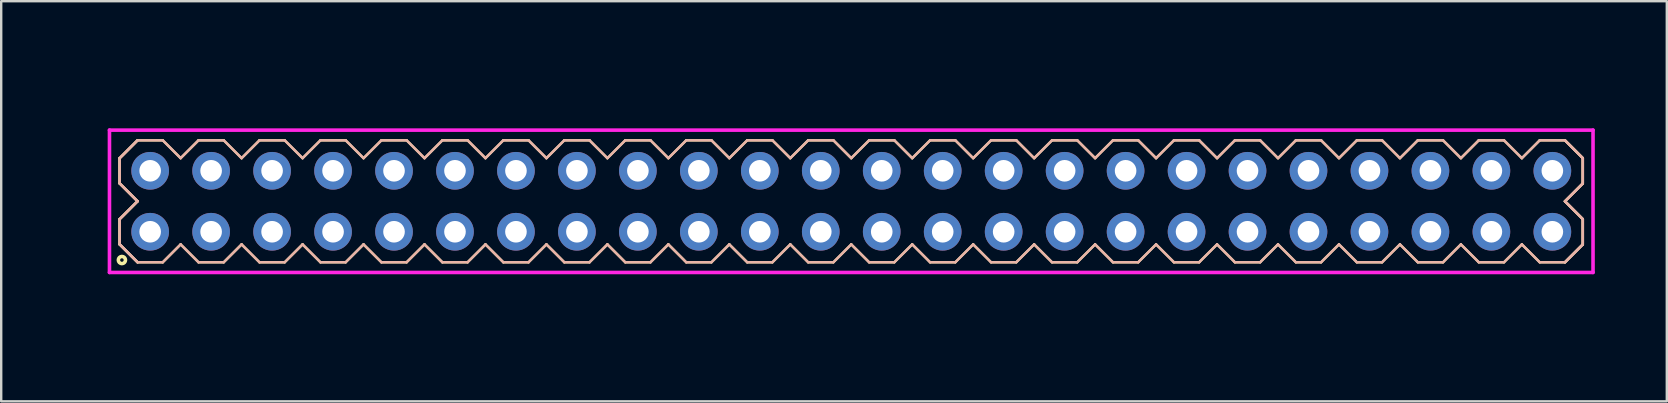
<source format=kicad_pcb>
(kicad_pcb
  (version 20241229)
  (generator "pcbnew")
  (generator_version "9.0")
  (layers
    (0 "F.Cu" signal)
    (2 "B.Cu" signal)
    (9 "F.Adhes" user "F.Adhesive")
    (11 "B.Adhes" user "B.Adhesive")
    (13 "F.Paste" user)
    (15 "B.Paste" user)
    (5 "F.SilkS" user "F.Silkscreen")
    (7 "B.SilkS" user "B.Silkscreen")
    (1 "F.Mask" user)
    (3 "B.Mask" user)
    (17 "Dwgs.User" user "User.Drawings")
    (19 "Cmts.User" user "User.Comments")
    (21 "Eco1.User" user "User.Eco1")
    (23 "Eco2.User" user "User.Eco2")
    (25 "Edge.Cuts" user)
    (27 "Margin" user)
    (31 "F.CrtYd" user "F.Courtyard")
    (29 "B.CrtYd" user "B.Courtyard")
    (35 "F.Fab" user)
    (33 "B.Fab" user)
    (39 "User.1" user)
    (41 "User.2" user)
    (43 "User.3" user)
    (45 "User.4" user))
  (footprint "HDR254P24x2"
    (layer "F.Cu")
    (at 32.416 5.336)
    (property "Reference" "HDR254P24x2" (at -31.655 0 90) (layer "User.1") (effects (font (size 1 1) (thickness 0.1))))
    (attr through_hole)
    (fp_line (start -30.48 -1.796) (end -29.736 -2.54) (stroke (width 0.1) (type solid)) (layer "F.SilkS"))
    (fp_line (start -30.48 -1.796) (end -29.736 -2.54) (stroke (width 0.1) (type solid)) (layer "F.SilkS"))
    (fp_line (start -30.48 -0.744) (end -30.48 -1.796) (stroke (width 0.1) (type solid)) (layer "F.SilkS"))
    (fp_line (start -30.48 -0.744) (end -30.48 -1.796) (stroke (width 0.1) (type solid)) (layer "F.SilkS"))
    (fp_line (start -30.48 0.744) (end -29.736 0) (stroke (width 0.1) (type solid)) (layer "F.SilkS"))
    (fp_line (start -30.48 0.744) (end -29.736 0) (stroke (width 0.1) (type solid)) (layer "F.SilkS"))
    (fp_line (start -30.48 1.796) (end -30.48 0.744) (stroke (width 0.1) (type solid)) (layer "F.SilkS"))
    (fp_line (start -30.48 1.796) (end -30.48 0.744) (stroke (width 0.1) (type solid)) (layer "F.SilkS"))
    (fp_line (start -29.736 -2.54) (end -28.684 -2.54) (stroke (width 0.1) (type solid)) (layer "F.SilkS"))
    (fp_line (start -29.736 0) (end -30.48 -0.744) (stroke (width 0.1) (type solid)) (layer "F.SilkS"))
    (fp_line (start -29.736 0) (end -30.48 -0.744) (stroke (width 0.1) (type solid)) (layer "F.SilkS"))
    (fp_line (start -29.736 2.54) (end -30.48 1.796) (stroke (width 0.1) (type solid)) (layer "F.SilkS"))
    (fp_line (start -29.736 2.54) (end -30.48 1.796) (stroke (width 0.1) (type solid)) (layer "F.SilkS"))
    (fp_line (start -28.684 -2.54) (end -27.94 -1.796) (stroke (width 0.1) (type solid)) (layer "F.SilkS"))
    (fp_line (start -28.684 2.54) (end -29.736 2.54) (stroke (width 0.1) (type solid)) (layer "F.SilkS"))
    (fp_line (start -27.94 -1.796) (end -27.196 -2.54) (stroke (width 0.1) (type solid)) (layer "F.SilkS"))
    (fp_line (start -27.94 1.796) (end -28.684 2.54) (stroke (width 0.1) (type solid)) (layer "F.SilkS"))
    (fp_line (start -27.196 -2.54) (end -26.144 -2.54) (stroke (width 0.1) (type solid)) (layer "F.SilkS"))
    (fp_line (start -27.196 2.54) (end -27.94 1.796) (stroke (width 0.1) (type solid)) (layer "F.SilkS"))
    (fp_line (start -26.144 -2.54) (end -25.4 -1.796) (stroke (width 0.1) (type solid)) (layer "F.SilkS"))
    (fp_line (start -26.144 2.54) (end -27.196 2.54) (stroke (width 0.1) (type solid)) (layer "F.SilkS"))
    (fp_line (start -25.4 -1.796) (end -24.656 -2.54) (stroke (width 0.1) (type solid)) (layer "F.SilkS"))
    (fp_line (start -25.4 1.796) (end -26.144 2.54) (stroke (width 0.1) (type solid)) (layer "F.SilkS"))
    (fp_line (start -24.656 -2.54) (end -23.604 -2.54) (stroke (width 0.1) (type solid)) (layer "F.SilkS"))
    (fp_line (start -24.656 2.54) (end -25.4 1.796) (stroke (width 0.1) (type solid)) (layer "F.SilkS"))
    (fp_line (start -23.604 -2.54) (end -22.86 -1.796) (stroke (width 0.1) (type solid)) (layer "F.SilkS"))
    (fp_line (start -23.604 2.54) (end -24.656 2.54) (stroke (width 0.1) (type solid)) (layer "F.SilkS"))
    (fp_line (start -22.86 -1.796) (end -22.116 -2.54) (stroke (width 0.1) (type solid)) (layer "F.SilkS"))
    (fp_line (start -22.86 1.796) (end -23.604 2.54) (stroke (width 0.1) (type solid)) (layer "F.SilkS"))
    (fp_line (start -22.116 -2.54) (end -21.064 -2.54) (stroke (width 0.1) (type solid)) (layer "F.SilkS"))
    (fp_line (start -22.116 2.54) (end -22.86 1.796) (stroke (width 0.1) (type solid)) (layer "F.SilkS"))
    (fp_line (start -21.064 -2.54) (end -20.32 -1.796) (stroke (width 0.1) (type solid)) (layer "F.SilkS"))
    (fp_line (start -21.064 2.54) (end -22.116 2.54) (stroke (width 0.1) (type solid)) (layer "F.SilkS"))
    (fp_line (start -20.32 -1.796) (end -19.576 -2.54) (stroke (width 0.1) (type solid)) (layer "F.SilkS"))
    (fp_line (start -20.32 1.796) (end -21.064 2.54) (stroke (width 0.1) (type solid)) (layer "F.SilkS"))
    (fp_line (start -19.576 -2.54) (end -18.524 -2.54) (stroke (width 0.1) (type solid)) (layer "F.SilkS"))
    (fp_line (start -19.576 2.54) (end -20.32 1.796) (stroke (width 0.1) (type solid)) (layer "F.SilkS"))
    (fp_line (start -18.524 -2.54) (end -17.78 -1.796) (stroke (width 0.1) (type solid)) (layer "F.SilkS"))
    (fp_line (start -18.524 2.54) (end -19.576 2.54) (stroke (width 0.1) (type solid)) (layer "F.SilkS"))
    (fp_line (start -17.78 -1.796) (end -17.036 -2.54) (stroke (width 0.1) (type solid)) (layer "F.SilkS"))
    (fp_line (start -17.78 1.796) (end -18.524 2.54) (stroke (width 0.1) (type solid)) (layer "F.SilkS"))
    (fp_line (start -17.036 -2.54) (end -15.984 -2.54) (stroke (width 0.1) (type solid)) (layer "F.SilkS"))
    (fp_line (start -17.036 2.54) (end -17.78 1.796) (stroke (width 0.1) (type solid)) (layer "F.SilkS"))
    (fp_line (start -15.984 -2.54) (end -15.24 -1.796) (stroke (width 0.1) (type solid)) (layer "F.SilkS"))
    (fp_line (start -15.984 2.54) (end -17.036 2.54) (stroke (width 0.1) (type solid)) (layer "F.SilkS"))
    (fp_line (start -15.24 -1.796) (end -14.496 -2.54) (stroke (width 0.1) (type solid)) (layer "F.SilkS"))
    (fp_line (start -15.24 1.796) (end -15.984 2.54) (stroke (width 0.1) (type solid)) (layer "F.SilkS"))
    (fp_line (start -14.496 -2.54) (end -13.444 -2.54) (stroke (width 0.1) (type solid)) (layer "F.SilkS"))
    (fp_line (start -14.496 2.54) (end -15.24 1.796) (stroke (width 0.1) (type solid)) (layer "F.SilkS"))
    (fp_line (start -13.444 -2.54) (end -12.7 -1.796) (stroke (width 0.1) (type solid)) (layer "F.SilkS"))
    (fp_line (start -13.444 2.54) (end -14.496 2.54) (stroke (width 0.1) (type solid)) (layer "F.SilkS"))
    (fp_line (start -12.7 -1.796) (end -11.956 -2.54) (stroke (width 0.1) (type solid)) (layer "F.SilkS"))
    (fp_line (start -12.7 1.796) (end -13.444 2.54) (stroke (width 0.1) (type solid)) (layer "F.SilkS"))
    (fp_line (start -11.956 -2.54) (end -10.904 -2.54) (stroke (width 0.1) (type solid)) (layer "F.SilkS"))
    (fp_line (start -11.956 2.54) (end -12.7 1.796) (stroke (width 0.1) (type solid)) (layer "F.SilkS"))
    (fp_line (start -10.904 -2.54) (end -10.16 -1.796) (stroke (width 0.1) (type solid)) (layer "F.SilkS"))
    (fp_line (start -10.904 2.54) (end -11.956 2.54) (stroke (width 0.1) (type solid)) (layer "F.SilkS"))
    (fp_line (start -10.16 -1.796) (end -9.416 -2.54) (stroke (width 0.1) (type solid)) (layer "F.SilkS"))
    (fp_line (start -10.16 1.796) (end -10.904 2.54) (stroke (width 0.1) (type solid)) (layer "F.SilkS"))
    (fp_line (start -9.416 -2.54) (end -8.364 -2.54) (stroke (width 0.1) (type solid)) (layer "F.SilkS"))
    (fp_line (start -9.416 2.54) (end -10.16 1.796) (stroke (width 0.1) (type solid)) (layer "F.SilkS"))
    (fp_line (start -8.364 -2.54) (end -7.62 -1.796) (stroke (width 0.1) (type solid)) (layer "F.SilkS"))
    (fp_line (start -8.364 2.54) (end -9.416 2.54) (stroke (width 0.1) (type solid)) (layer "F.SilkS"))
    (fp_line (start -7.62 -1.796) (end -6.876 -2.54) (stroke (width 0.1) (type solid)) (layer "F.SilkS"))
    (fp_line (start -7.62 1.796) (end -8.364 2.54) (stroke (width 0.1) (type solid)) (layer "F.SilkS"))
    (fp_line (start -6.876 -2.54) (end -5.824 -2.54) (stroke (width 0.1) (type solid)) (layer "F.SilkS"))
    (fp_line (start -6.876 2.54) (end -7.62 1.796) (stroke (width 0.1) (type solid)) (layer "F.SilkS"))
    (fp_line (start -5.824 -2.54) (end -5.08 -1.796) (stroke (width 0.1) (type solid)) (layer "F.SilkS"))
    (fp_line (start -5.824 2.54) (end -6.876 2.54) (stroke (width 0.1) (type solid)) (layer "F.SilkS"))
    (fp_line (start -5.08 -1.796) (end -4.336 -2.54) (stroke (width 0.1) (type solid)) (layer "F.SilkS"))
    (fp_line (start -5.08 1.796) (end -5.824 2.54) (stroke (width 0.1) (type solid)) (layer "F.SilkS"))
    (fp_line (start -4.336 -2.54) (end -3.284 -2.54) (stroke (width 0.1) (type solid)) (layer "F.SilkS"))
    (fp_line (start -4.336 2.54) (end -5.08 1.796) (stroke (width 0.1) (type solid)) (layer "F.SilkS"))
    (fp_line (start -3.284 -2.54) (end -2.54 -1.796) (stroke (width 0.1) (type solid)) (layer "F.SilkS"))
    (fp_line (start -3.284 2.54) (end -4.336 2.54) (stroke (width 0.1) (type solid)) (layer "F.SilkS"))
    (fp_line (start -2.54 -1.796) (end -1.796 -2.54) (stroke (width 0.1) (type solid)) (layer "F.SilkS"))
    (fp_line (start -2.54 1.796) (end -3.284 2.54) (stroke (width 0.1) (type solid)) (layer "F.SilkS"))
    (fp_line (start -1.796 -2.54) (end -0.744 -2.54) (stroke (width 0.1) (type solid)) (layer "F.SilkS"))
    (fp_line (start -1.796 2.54) (end -2.54 1.796) (stroke (width 0.1) (type solid)) (layer "F.SilkS"))
    (fp_line (start -0.744 -2.54) (end 0 -1.796) (stroke (width 0.1) (type solid)) (layer "F.SilkS"))
    (fp_line (start -0.744 2.54) (end -1.796 2.54) (stroke (width 0.1) (type solid)) (layer "F.SilkS"))
    (fp_line (start 0 -1.796) (end 0.744 -2.54) (stroke (width 0.1) (type solid)) (layer "F.SilkS"))
    (fp_line (start 0 1.796) (end -0.744 2.54) (stroke (width 0.1) (type solid)) (layer "F.SilkS"))
    (fp_line (start 0.744 -2.54) (end 1.796 -2.54) (stroke (width 0.1) (type solid)) (layer "F.SilkS"))
    (fp_line (start 0.744 2.54) (end 0 1.796) (stroke (width 0.1) (type solid)) (layer "F.SilkS"))
    (fp_line (start 1.796 -2.54) (end 2.54 -1.796) (stroke (width 0.1) (type solid)) (layer "F.SilkS"))
    (fp_line (start 1.796 2.54) (end 0.744 2.54) (stroke (width 0.1) (type solid)) (layer "F.SilkS"))
    (fp_line (start 2.54 -1.796) (end 3.284 -2.54) (stroke (width 0.1) (type solid)) (layer "F.SilkS"))
    (fp_line (start 2.54 1.796) (end 1.796 2.54) (stroke (width 0.1) (type solid)) (layer "F.SilkS"))
    (fp_line (start 3.284 -2.54) (end 4.336 -2.54) (stroke (width 0.1) (type solid)) (layer "F.SilkS"))
    (fp_line (start 3.284 2.54) (end 2.54 1.796) (stroke (width 0.1) (type solid)) (layer "F.SilkS"))
    (fp_line (start 4.336 -2.54) (end 5.08 -1.796) (stroke (width 0.1) (type solid)) (layer "F.SilkS"))
    (fp_line (start 4.336 2.54) (end 3.284 2.54) (stroke (width 0.1) (type solid)) (layer "F.SilkS"))
    (fp_line (start 5.08 -1.796) (end 5.824 -2.54) (stroke (width 0.1) (type solid)) (layer "F.SilkS"))
    (fp_line (start 5.08 1.796) (end 4.336 2.54) (stroke (width 0.1) (type solid)) (layer "F.SilkS"))
    (fp_line (start 5.824 -2.54) (end 6.876 -2.54) (stroke (width 0.1) (type solid)) (layer "F.SilkS"))
    (fp_line (start 5.824 2.54) (end 5.08 1.796) (stroke (width 0.1) (type solid)) (layer "F.SilkS"))
    (fp_line (start 6.876 -2.54) (end 7.62 -1.796) (stroke (width 0.1) (type solid)) (layer "F.SilkS"))
    (fp_line (start 6.876 2.54) (end 5.824 2.54) (stroke (width 0.1) (type solid)) (layer "F.SilkS"))
    (fp_line (start 7.62 -1.796) (end 8.364 -2.54) (stroke (width 0.1) (type solid)) (layer "F.SilkS"))
    (fp_line (start 7.62 1.796) (end 6.876 2.54) (stroke (width 0.1) (type solid)) (layer "F.SilkS"))
    (fp_line (start 8.364 -2.54) (end 9.416 -2.54) (stroke (width 0.1) (type solid)) (layer "F.SilkS"))
    (fp_line (start 8.364 2.54) (end 7.62 1.796) (stroke (width 0.1) (type solid)) (layer "F.SilkS"))
    (fp_line (start 9.416 -2.54) (end 10.16 -1.796) (stroke (width 0.1) (type solid)) (layer "F.SilkS"))
    (fp_line (start 9.416 2.54) (end 8.364 2.54) (stroke (width 0.1) (type solid)) (layer "F.SilkS"))
    (fp_line (start 10.16 -1.796) (end 10.904 -2.54) (stroke (width 0.1) (type solid)) (layer "F.SilkS"))
    (fp_line (start 10.16 1.796) (end 9.416 2.54) (stroke (width 0.1) (type solid)) (layer "F.SilkS"))
    (fp_line (start 10.904 -2.54) (end 11.956 -2.54) (stroke (width 0.1) (type solid)) (layer "F.SilkS"))
    (fp_line (start 10.904 2.54) (end 10.16 1.796) (stroke (width 0.1) (type solid)) (layer "F.SilkS"))
    (fp_line (start 11.956 -2.54) (end 12.7 -1.796) (stroke (width 0.1) (type solid)) (layer "F.SilkS"))
    (fp_line (start 11.956 2.54) (end 10.904 2.54) (stroke (width 0.1) (type solid)) (layer "F.SilkS"))
    (fp_line (start 12.7 -1.796) (end 13.444 -2.54) (stroke (width 0.1) (type solid)) (layer "F.SilkS"))
    (fp_line (start 12.7 1.796) (end 11.956 2.54) (stroke (width 0.1) (type solid)) (layer "F.SilkS"))
    (fp_line (start 13.444 -2.54) (end 14.496 -2.54) (stroke (width 0.1) (type solid)) (layer "F.SilkS"))
    (fp_line (start 13.444 2.54) (end 12.7 1.796) (stroke (width 0.1) (type solid)) (layer "F.SilkS"))
    (fp_line (start 14.496 -2.54) (end 15.24 -1.796) (stroke (width 0.1) (type solid)) (layer "F.SilkS"))
    (fp_line (start 14.496 2.54) (end 13.444 2.54) (stroke (width 0.1) (type solid)) (layer "F.SilkS"))
    (fp_line (start 15.24 -1.796) (end 15.984 -2.54) (stroke (width 0.1) (type solid)) (layer "F.SilkS"))
    (fp_line (start 15.24 1.796) (end 14.496 2.54) (stroke (width 0.1) (type solid)) (layer "F.SilkS"))
    (fp_line (start 15.984 -2.54) (end 17.036 -2.54) (stroke (width 0.1) (type solid)) (layer "F.SilkS"))
    (fp_line (start 15.984 2.54) (end 15.24 1.796) (stroke (width 0.1) (type solid)) (layer "F.SilkS"))
    (fp_line (start 17.036 -2.54) (end 17.78 -1.796) (stroke (width 0.1) (type solid)) (layer "F.SilkS"))
    (fp_line (start 17.036 2.54) (end 15.984 2.54) (stroke (width 0.1) (type solid)) (layer "F.SilkS"))
    (fp_line (start 17.78 -1.796) (end 18.524 -2.54) (stroke (width 0.1) (type solid)) (layer "F.SilkS"))
    (fp_line (start 17.78 1.796) (end 17.036 2.54) (stroke (width 0.1) (type solid)) (layer "F.SilkS"))
    (fp_line (start 18.524 -2.54) (end 19.576 -2.54) (stroke (width 0.1) (type solid)) (layer "F.SilkS"))
    (fp_line (start 18.524 2.54) (end 17.78 1.796) (stroke (width 0.1) (type solid)) (layer "F.SilkS"))
    (fp_line (start 19.576 -2.54) (end 20.32 -1.796) (stroke (width 0.1) (type solid)) (layer "F.SilkS"))
    (fp_line (start 19.576 2.54) (end 18.524 2.54) (stroke (width 0.1) (type solid)) (layer "F.SilkS"))
    (fp_line (start 20.32 -1.796) (end 21.064 -2.54) (stroke (width 0.1) (type solid)) (layer "F.SilkS"))
    (fp_line (start 20.32 1.796) (end 19.576 2.54) (stroke (width 0.1) (type solid)) (layer "F.SilkS"))
    (fp_line (start 21.064 -2.54) (end 22.116 -2.54) (stroke (width 0.1) (type solid)) (layer "F.SilkS"))
    (fp_line (start 21.064 2.54) (end 20.32 1.796) (stroke (width 0.1) (type solid)) (layer "F.SilkS"))
    (fp_line (start 22.116 -2.54) (end 22.86 -1.796) (stroke (width 0.1) (type solid)) (layer "F.SilkS"))
    (fp_line (start 22.116 2.54) (end 21.064 2.54) (stroke (width 0.1) (type solid)) (layer "F.SilkS"))
    (fp_line (start 22.86 -1.796) (end 23.604 -2.54) (stroke (width 0.1) (type solid)) (layer "F.SilkS"))
    (fp_line (start 22.86 1.796) (end 22.116 2.54) (stroke (width 0.1) (type solid)) (layer "F.SilkS"))
    (fp_line (start 23.604 -2.54) (end 24.656 -2.54) (stroke (width 0.1) (type solid)) (layer "F.SilkS"))
    (fp_line (start 23.604 2.54) (end 22.86 1.796) (stroke (width 0.1) (type solid)) (layer "F.SilkS"))
    (fp_line (start 24.656 -2.54) (end 25.4 -1.796) (stroke (width 0.1) (type solid)) (layer "F.SilkS"))
    (fp_line (start 24.656 2.54) (end 23.604 2.54) (stroke (width 0.1) (type solid)) (layer "F.SilkS"))
    (fp_line (start 25.4 -1.796) (end 26.144 -2.54) (stroke (width 0.1) (type solid)) (layer "F.SilkS"))
    (fp_line (start 25.4 1.796) (end 24.656 2.54) (stroke (width 0.1) (type solid)) (layer "F.SilkS"))
    (fp_line (start 26.144 -2.54) (end 27.196 -2.54) (stroke (width 0.1) (type solid)) (layer "F.SilkS"))
    (fp_line (start 26.144 2.54) (end 25.4 1.796) (stroke (width 0.1) (type solid)) (layer "F.SilkS"))
    (fp_line (start 27.196 -2.54) (end 27.94 -1.796) (stroke (width 0.1) (type solid)) (layer "F.SilkS"))
    (fp_line (start 27.196 2.54) (end 26.144 2.54) (stroke (width 0.1) (type solid)) (layer "F.SilkS"))
    (fp_line (start 27.94 -1.796) (end 28.684 -2.54) (stroke (width 0.1) (type solid)) (layer "F.SilkS"))
    (fp_line (start 27.94 1.796) (end 27.196 2.54) (stroke (width 0.1) (type solid)) (layer "F.SilkS"))
    (fp_line (start 28.684 -2.54) (end 29.736 -2.54) (stroke (width 0.1) (type solid)) (layer "F.SilkS"))
    (fp_line (start 28.684 2.54) (end 27.94 1.796) (stroke (width 0.1) (type solid)) (layer "F.SilkS"))
    (fp_line (start 29.736 -2.54) (end 30.48 -1.796) (stroke (width 0.1) (type solid)) (layer "F.SilkS"))
    (fp_line (start 29.736 -2.54) (end 30.48 -1.796) (stroke (width 0.1) (type solid)) (layer "F.SilkS"))
    (fp_line (start 29.736 0) (end 30.48 0.744) (stroke (width 0.1) (type solid)) (layer "F.SilkS"))
    (fp_line (start 29.736 0) (end 30.48 0.744) (stroke (width 0.1) (type solid)) (layer "F.SilkS"))
    (fp_line (start 29.736 2.54) (end 28.684 2.54) (stroke (width 0.1) (type solid)) (layer "F.SilkS"))
    (fp_line (start 30.48 -1.796) (end 30.48 -0.744) (stroke (width 0.1) (type solid)) (layer "F.SilkS"))
    (fp_line (start 30.48 -1.796) (end 30.48 -0.744) (stroke (width 0.1) (type solid)) (layer "F.SilkS"))
    (fp_line (start 30.48 -0.744) (end 29.736 0) (stroke (width 0.1) (type solid)) (layer "F.SilkS"))
    (fp_line (start 30.48 -0.744) (end 29.736 0) (stroke (width 0.1) (type solid)) (layer "F.SilkS"))
    (fp_line (start 30.48 0.744) (end 30.48 1.796) (stroke (width 0.1) (type solid)) (layer "F.SilkS"))
    (fp_line (start 30.48 0.744) (end 30.48 1.796) (stroke (width 0.1) (type solid)) (layer "F.SilkS"))
    (fp_line (start 30.48 1.796) (end 29.736 2.54) (stroke (width 0.1) (type solid)) (layer "F.SilkS"))
    (fp_line (start 30.48 1.796) (end 29.736 2.54) (stroke (width 0.1) (type solid)) (layer "F.SilkS"))
    (fp_circle (center -30.387 2.448) (end -30.238 2.448) (stroke (width 0.15) (type solid)) (fill no) (layer "F.SilkS"))
    (fp_line (start -30.48 -1.796) (end -29.736 -2.54) (stroke (width 0.1) (type solid)) (layer "B.SilkS"))
    (fp_line (start -30.48 -1.796) (end -29.736 -2.54) (stroke (width 0.1) (type solid)) (layer "B.SilkS"))
    (fp_line (start -30.48 -0.744) (end -30.48 -1.796) (stroke (width 0.1) (type solid)) (layer "B.SilkS"))
    (fp_line (start -30.48 -0.744) (end -30.48 -1.796) (stroke (width 0.1) (type solid)) (layer "B.SilkS"))
    (fp_line (start -30.48 0.744) (end -29.736 0) (stroke (width 0.1) (type solid)) (layer "B.SilkS"))
    (fp_line (start -30.48 0.744) (end -29.736 0) (stroke (width 0.1) (type solid)) (layer "B.SilkS"))
    (fp_line (start -30.48 1.796) (end -30.48 0.744) (stroke (width 0.1) (type solid)) (layer "B.SilkS"))
    (fp_line (start -30.48 1.796) (end -30.48 0.744) (stroke (width 0.1) (type solid)) (layer "B.SilkS"))
    (fp_line (start -29.736 -2.54) (end -28.684 -2.54) (stroke (width 0.1) (type solid)) (layer "B.SilkS"))
    (fp_line (start -29.736 0) (end -30.48 -0.744) (stroke (width 0.1) (type solid)) (layer "B.SilkS"))
    (fp_line (start -29.736 0) (end -30.48 -0.744) (stroke (width 0.1) (type solid)) (layer "B.SilkS"))
    (fp_line (start -29.736 2.54) (end -30.48 1.796) (stroke (width 0.1) (type solid)) (layer "B.SilkS"))
    (fp_line (start -29.736 2.54) (end -30.48 1.796) (stroke (width 0.1) (type solid)) (layer "B.SilkS"))
    (fp_line (start -28.684 -2.54) (end -27.94 -1.796) (stroke (width 0.1) (type solid)) (layer "B.SilkS"))
    (fp_line (start -28.684 2.54) (end -29.736 2.54) (stroke (width 0.1) (type solid)) (layer "B.SilkS"))
    (fp_line (start -27.94 -1.796) (end -27.196 -2.54) (stroke (width 0.1) (type solid)) (layer "B.SilkS"))
    (fp_line (start -27.94 1.796) (end -28.684 2.54) (stroke (width 0.1) (type solid)) (layer "B.SilkS"))
    (fp_line (start -27.196 -2.54) (end -26.144 -2.54) (stroke (width 0.1) (type solid)) (layer "B.SilkS"))
    (fp_line (start -27.196 2.54) (end -27.94 1.796) (stroke (width 0.1) (type solid)) (layer "B.SilkS"))
    (fp_line (start -26.144 -2.54) (end -25.4 -1.796) (stroke (width 0.1) (type solid)) (layer "B.SilkS"))
    (fp_line (start -26.144 2.54) (end -27.196 2.54) (stroke (width 0.1) (type solid)) (layer "B.SilkS"))
    (fp_line (start -25.4 -1.796) (end -24.656 -2.54) (stroke (width 0.1) (type solid)) (layer "B.SilkS"))
    (fp_line (start -25.4 1.796) (end -26.144 2.54) (stroke (width 0.1) (type solid)) (layer "B.SilkS"))
    (fp_line (start -24.656 -2.54) (end -23.604 -2.54) (stroke (width 0.1) (type solid)) (layer "B.SilkS"))
    (fp_line (start -24.656 2.54) (end -25.4 1.796) (stroke (width 0.1) (type solid)) (layer "B.SilkS"))
    (fp_line (start -23.604 -2.54) (end -22.86 -1.796) (stroke (width 0.1) (type solid)) (layer "B.SilkS"))
    (fp_line (start -23.604 2.54) (end -24.656 2.54) (stroke (width 0.1) (type solid)) (layer "B.SilkS"))
    (fp_line (start -22.86 -1.796) (end -22.116 -2.54) (stroke (width 0.1) (type solid)) (layer "B.SilkS"))
    (fp_line (start -22.86 1.796) (end -23.604 2.54) (stroke (width 0.1) (type solid)) (layer "B.SilkS"))
    (fp_line (start -22.116 -2.54) (end -21.064 -2.54) (stroke (width 0.1) (type solid)) (layer "B.SilkS"))
    (fp_line (start -22.116 2.54) (end -22.86 1.796) (stroke (width 0.1) (type solid)) (layer "B.SilkS"))
    (fp_line (start -21.064 -2.54) (end -20.32 -1.796) (stroke (width 0.1) (type solid)) (layer "B.SilkS"))
    (fp_line (start -21.064 2.54) (end -22.116 2.54) (stroke (width 0.1) (type solid)) (layer "B.SilkS"))
    (fp_line (start -20.32 -1.796) (end -19.576 -2.54) (stroke (width 0.1) (type solid)) (layer "B.SilkS"))
    (fp_line (start -20.32 1.796) (end -21.064 2.54) (stroke (width 0.1) (type solid)) (layer "B.SilkS"))
    (fp_line (start -19.576 -2.54) (end -18.524 -2.54) (stroke (width 0.1) (type solid)) (layer "B.SilkS"))
    (fp_line (start -19.576 2.54) (end -20.32 1.796) (stroke (width 0.1) (type solid)) (layer "B.SilkS"))
    (fp_line (start -18.524 -2.54) (end -17.78 -1.796) (stroke (width 0.1) (type solid)) (layer "B.SilkS"))
    (fp_line (start -18.524 2.54) (end -19.576 2.54) (stroke (width 0.1) (type solid)) (layer "B.SilkS"))
    (fp_line (start -17.78 -1.796) (end -17.036 -2.54) (stroke (width 0.1) (type solid)) (layer "B.SilkS"))
    (fp_line (start -17.78 1.796) (end -18.524 2.54) (stroke (width 0.1) (type solid)) (layer "B.SilkS"))
    (fp_line (start -17.036 -2.54) (end -15.984 -2.54) (stroke (width 0.1) (type solid)) (layer "B.SilkS"))
    (fp_line (start -17.036 2.54) (end -17.78 1.796) (stroke (width 0.1) (type solid)) (layer "B.SilkS"))
    (fp_line (start -15.984 -2.54) (end -15.24 -1.796) (stroke (width 0.1) (type solid)) (layer "B.SilkS"))
    (fp_line (start -15.984 2.54) (end -17.036 2.54) (stroke (width 0.1) (type solid)) (layer "B.SilkS"))
    (fp_line (start -15.24 -1.796) (end -14.496 -2.54) (stroke (width 0.1) (type solid)) (layer "B.SilkS"))
    (fp_line (start -15.24 1.796) (end -15.984 2.54) (stroke (width 0.1) (type solid)) (layer "B.SilkS"))
    (fp_line (start -14.496 -2.54) (end -13.444 -2.54) (stroke (width 0.1) (type solid)) (layer "B.SilkS"))
    (fp_line (start -14.496 2.54) (end -15.24 1.796) (stroke (width 0.1) (type solid)) (layer "B.SilkS"))
    (fp_line (start -13.444 -2.54) (end -12.7 -1.796) (stroke (width 0.1) (type solid)) (layer "B.SilkS"))
    (fp_line (start -13.444 2.54) (end -14.496 2.54) (stroke (width 0.1) (type solid)) (layer "B.SilkS"))
    (fp_line (start -12.7 -1.796) (end -11.956 -2.54) (stroke (width 0.1) (type solid)) (layer "B.SilkS"))
    (fp_line (start -12.7 1.796) (end -13.444 2.54) (stroke (width 0.1) (type solid)) (layer "B.SilkS"))
    (fp_line (start -11.956 -2.54) (end -10.904 -2.54) (stroke (width 0.1) (type solid)) (layer "B.SilkS"))
    (fp_line (start -11.956 2.54) (end -12.7 1.796) (stroke (width 0.1) (type solid)) (layer "B.SilkS"))
    (fp_line (start -10.904 -2.54) (end -10.16 -1.796) (stroke (width 0.1) (type solid)) (layer "B.SilkS"))
    (fp_line (start -10.904 2.54) (end -11.956 2.54) (stroke (width 0.1) (type solid)) (layer "B.SilkS"))
    (fp_line (start -10.16 -1.796) (end -9.416 -2.54) (stroke (width 0.1) (type solid)) (layer "B.SilkS"))
    (fp_line (start -10.16 1.796) (end -10.904 2.54) (stroke (width 0.1) (type solid)) (layer "B.SilkS"))
    (fp_line (start -9.416 -2.54) (end -8.364 -2.54) (stroke (width 0.1) (type solid)) (layer "B.SilkS"))
    (fp_line (start -9.416 2.54) (end -10.16 1.796) (stroke (width 0.1) (type solid)) (layer "B.SilkS"))
    (fp_line (start -8.364 -2.54) (end -7.62 -1.796) (stroke (width 0.1) (type solid)) (layer "B.SilkS"))
    (fp_line (start -8.364 2.54) (end -9.416 2.54) (stroke (width 0.1) (type solid)) (layer "B.SilkS"))
    (fp_line (start -7.62 -1.796) (end -6.876 -2.54) (stroke (width 0.1) (type solid)) (layer "B.SilkS"))
    (fp_line (start -7.62 1.796) (end -8.364 2.54) (stroke (width 0.1) (type solid)) (layer "B.SilkS"))
    (fp_line (start -6.876 -2.54) (end -5.824 -2.54) (stroke (width 0.1) (type solid)) (layer "B.SilkS"))
    (fp_line (start -6.876 2.54) (end -7.62 1.796) (stroke (width 0.1) (type solid)) (layer "B.SilkS"))
    (fp_line (start -5.824 -2.54) (end -5.08 -1.796) (stroke (width 0.1) (type solid)) (layer "B.SilkS"))
    (fp_line (start -5.824 2.54) (end -6.876 2.54) (stroke (width 0.1) (type solid)) (layer "B.SilkS"))
    (fp_line (start -5.08 -1.796) (end -4.336 -2.54) (stroke (width 0.1) (type solid)) (layer "B.SilkS"))
    (fp_line (start -5.08 1.796) (end -5.824 2.54) (stroke (width 0.1) (type solid)) (layer "B.SilkS"))
    (fp_line (start -4.336 -2.54) (end -3.284 -2.54) (stroke (width 0.1) (type solid)) (layer "B.SilkS"))
    (fp_line (start -4.336 2.54) (end -5.08 1.796) (stroke (width 0.1) (type solid)) (layer "B.SilkS"))
    (fp_line (start -3.284 -2.54) (end -2.54 -1.796) (stroke (width 0.1) (type solid)) (layer "B.SilkS"))
    (fp_line (start -3.284 2.54) (end -4.336 2.54) (stroke (width 0.1) (type solid)) (layer "B.SilkS"))
    (fp_line (start -2.54 -1.796) (end -1.796 -2.54) (stroke (width 0.1) (type solid)) (layer "B.SilkS"))
    (fp_line (start -2.54 1.796) (end -3.284 2.54) (stroke (width 0.1) (type solid)) (layer "B.SilkS"))
    (fp_line (start -1.796 -2.54) (end -0.744 -2.54) (stroke (width 0.1) (type solid)) (layer "B.SilkS"))
    (fp_line (start -1.796 2.54) (end -2.54 1.796) (stroke (width 0.1) (type solid)) (layer "B.SilkS"))
    (fp_line (start -0.744 -2.54) (end 0 -1.796) (stroke (width 0.1) (type solid)) (layer "B.SilkS"))
    (fp_line (start -0.744 2.54) (end -1.796 2.54) (stroke (width 0.1) (type solid)) (layer "B.SilkS"))
    (fp_line (start 0 -1.796) (end 0.744 -2.54) (stroke (width 0.1) (type solid)) (layer "B.SilkS"))
    (fp_line (start 0 1.796) (end -0.744 2.54) (stroke (width 0.1) (type solid)) (layer "B.SilkS"))
    (fp_line (start 0.744 -2.54) (end 1.796 -2.54) (stroke (width 0.1) (type solid)) (layer "B.SilkS"))
    (fp_line (start 0.744 2.54) (end 0 1.796) (stroke (width 0.1) (type solid)) (layer "B.SilkS"))
    (fp_line (start 1.796 -2.54) (end 2.54 -1.796) (stroke (width 0.1) (type solid)) (layer "B.SilkS"))
    (fp_line (start 1.796 2.54) (end 0.744 2.54) (stroke (width 0.1) (type solid)) (layer "B.SilkS"))
    (fp_line (start 2.54 -1.796) (end 3.284 -2.54) (stroke (width 0.1) (type solid)) (layer "B.SilkS"))
    (fp_line (start 2.54 1.796) (end 1.796 2.54) (stroke (width 0.1) (type solid)) (layer "B.SilkS"))
    (fp_line (start 3.284 -2.54) (end 4.336 -2.54) (stroke (width 0.1) (type solid)) (layer "B.SilkS"))
    (fp_line (start 3.284 2.54) (end 2.54 1.796) (stroke (width 0.1) (type solid)) (layer "B.SilkS"))
    (fp_line (start 4.336 -2.54) (end 5.08 -1.796) (stroke (width 0.1) (type solid)) (layer "B.SilkS"))
    (fp_line (start 4.336 2.54) (end 3.284 2.54) (stroke (width 0.1) (type solid)) (layer "B.SilkS"))
    (fp_line (start 5.08 -1.796) (end 5.824 -2.54) (stroke (width 0.1) (type solid)) (layer "B.SilkS"))
    (fp_line (start 5.08 1.796) (end 4.336 2.54) (stroke (width 0.1) (type solid)) (layer "B.SilkS"))
    (fp_line (start 5.824 -2.54) (end 6.876 -2.54) (stroke (width 0.1) (type solid)) (layer "B.SilkS"))
    (fp_line (start 5.824 2.54) (end 5.08 1.796) (stroke (width 0.1) (type solid)) (layer "B.SilkS"))
    (fp_line (start 6.876 -2.54) (end 7.62 -1.796) (stroke (width 0.1) (type solid)) (layer "B.SilkS"))
    (fp_line (start 6.876 2.54) (end 5.824 2.54) (stroke (width 0.1) (type solid)) (layer "B.SilkS"))
    (fp_line (start 7.62 -1.796) (end 8.364 -2.54) (stroke (width 0.1) (type solid)) (layer "B.SilkS"))
    (fp_line (start 7.62 1.796) (end 6.876 2.54) (stroke (width 0.1) (type solid)) (layer "B.SilkS"))
    (fp_line (start 8.364 -2.54) (end 9.416 -2.54) (stroke (width 0.1) (type solid)) (layer "B.SilkS"))
    (fp_line (start 8.364 2.54) (end 7.62 1.796) (stroke (width 0.1) (type solid)) (layer "B.SilkS"))
    (fp_line (start 9.416 -2.54) (end 10.16 -1.796) (stroke (width 0.1) (type solid)) (layer "B.SilkS"))
    (fp_line (start 9.416 2.54) (end 8.364 2.54) (stroke (width 0.1) (type solid)) (layer "B.SilkS"))
    (fp_line (start 10.16 -1.796) (end 10.904 -2.54) (stroke (width 0.1) (type solid)) (layer "B.SilkS"))
    (fp_line (start 10.16 1.796) (end 9.416 2.54) (stroke (width 0.1) (type solid)) (layer "B.SilkS"))
    (fp_line (start 10.904 -2.54) (end 11.956 -2.54) (stroke (width 0.1) (type solid)) (layer "B.SilkS"))
    (fp_line (start 10.904 2.54) (end 10.16 1.796) (stroke (width 0.1) (type solid)) (layer "B.SilkS"))
    (fp_line (start 11.956 -2.54) (end 12.7 -1.796) (stroke (width 0.1) (type solid)) (layer "B.SilkS"))
    (fp_line (start 11.956 2.54) (end 10.904 2.54) (stroke (width 0.1) (type solid)) (layer "B.SilkS"))
    (fp_line (start 12.7 -1.796) (end 13.444 -2.54) (stroke (width 0.1) (type solid)) (layer "B.SilkS"))
    (fp_line (start 12.7 1.796) (end 11.956 2.54) (stroke (width 0.1) (type solid)) (layer "B.SilkS"))
    (fp_line (start 13.444 -2.54) (end 14.496 -2.54) (stroke (width 0.1) (type solid)) (layer "B.SilkS"))
    (fp_line (start 13.444 2.54) (end 12.7 1.796) (stroke (width 0.1) (type solid)) (layer "B.SilkS"))
    (fp_line (start 14.496 -2.54) (end 15.24 -1.796) (stroke (width 0.1) (type solid)) (layer "B.SilkS"))
    (fp_line (start 14.496 2.54) (end 13.444 2.54) (stroke (width 0.1) (type solid)) (layer "B.SilkS"))
    (fp_line (start 15.24 -1.796) (end 15.984 -2.54) (stroke (width 0.1) (type solid)) (layer "B.SilkS"))
    (fp_line (start 15.24 1.796) (end 14.496 2.54) (stroke (width 0.1) (type solid)) (layer "B.SilkS"))
    (fp_line (start 15.984 -2.54) (end 17.036 -2.54) (stroke (width 0.1) (type solid)) (layer "B.SilkS"))
    (fp_line (start 15.984 2.54) (end 15.24 1.796) (stroke (width 0.1) (type solid)) (layer "B.SilkS"))
    (fp_line (start 17.036 -2.54) (end 17.78 -1.796) (stroke (width 0.1) (type solid)) (layer "B.SilkS"))
    (fp_line (start 17.036 2.54) (end 15.984 2.54) (stroke (width 0.1) (type solid)) (layer "B.SilkS"))
    (fp_line (start 17.78 -1.796) (end 18.524 -2.54) (stroke (width 0.1) (type solid)) (layer "B.SilkS"))
    (fp_line (start 17.78 1.796) (end 17.036 2.54) (stroke (width 0.1) (type solid)) (layer "B.SilkS"))
    (fp_line (start 18.524 -2.54) (end 19.576 -2.54) (stroke (width 0.1) (type solid)) (layer "B.SilkS"))
    (fp_line (start 18.524 2.54) (end 17.78 1.796) (stroke (width 0.1) (type solid)) (layer "B.SilkS"))
    (fp_line (start 19.576 -2.54) (end 20.32 -1.796) (stroke (width 0.1) (type solid)) (layer "B.SilkS"))
    (fp_line (start 19.576 2.54) (end 18.524 2.54) (stroke (width 0.1) (type solid)) (layer "B.SilkS"))
    (fp_line (start 20.32 -1.796) (end 21.064 -2.54) (stroke (width 0.1) (type solid)) (layer "B.SilkS"))
    (fp_line (start 20.32 1.796) (end 19.576 2.54) (stroke (width 0.1) (type solid)) (layer "B.SilkS"))
    (fp_line (start 21.064 -2.54) (end 22.116 -2.54) (stroke (width 0.1) (type solid)) (layer "B.SilkS"))
    (fp_line (start 21.064 2.54) (end 20.32 1.796) (stroke (width 0.1) (type solid)) (layer "B.SilkS"))
    (fp_line (start 22.116 -2.54) (end 22.86 -1.796) (stroke (width 0.1) (type solid)) (layer "B.SilkS"))
    (fp_line (start 22.116 2.54) (end 21.064 2.54) (stroke (width 0.1) (type solid)) (layer "B.SilkS"))
    (fp_line (start 22.86 -1.796) (end 23.604 -2.54) (stroke (width 0.1) (type solid)) (layer "B.SilkS"))
    (fp_line (start 22.86 1.796) (end 22.116 2.54) (stroke (width 0.1) (type solid)) (layer "B.SilkS"))
    (fp_line (start 23.604 -2.54) (end 24.656 -2.54) (stroke (width 0.1) (type solid)) (layer "B.SilkS"))
    (fp_line (start 23.604 2.54) (end 22.86 1.796) (stroke (width 0.1) (type solid)) (layer "B.SilkS"))
    (fp_line (start 24.656 -2.54) (end 25.4 -1.796) (stroke (width 0.1) (type solid)) (layer "B.SilkS"))
    (fp_line (start 24.656 2.54) (end 23.604 2.54) (stroke (width 0.1) (type solid)) (layer "B.SilkS"))
    (fp_line (start 25.4 -1.796) (end 26.144 -2.54) (stroke (width 0.1) (type solid)) (layer "B.SilkS"))
    (fp_line (start 25.4 1.796) (end 24.656 2.54) (stroke (width 0.1) (type solid)) (layer "B.SilkS"))
    (fp_line (start 26.144 -2.54) (end 27.196 -2.54) (stroke (width 0.1) (type solid)) (layer "B.SilkS"))
    (fp_line (start 26.144 2.54) (end 25.4 1.796) (stroke (width 0.1) (type solid)) (layer "B.SilkS"))
    (fp_line (start 27.196 -2.54) (end 27.94 -1.796) (stroke (width 0.1) (type solid)) (layer "B.SilkS"))
    (fp_line (start 27.196 2.54) (end 26.144 2.54) (stroke (width 0.1) (type solid)) (layer "B.SilkS"))
    (fp_line (start 27.94 -1.796) (end 28.684 -2.54) (stroke (width 0.1) (type solid)) (layer "B.SilkS"))
    (fp_line (start 27.94 1.796) (end 27.196 2.54) (stroke (width 0.1) (type solid)) (layer "B.SilkS"))
    (fp_line (start 28.684 -2.54) (end 29.736 -2.54) (stroke (width 0.1) (type solid)) (layer "B.SilkS"))
    (fp_line (start 28.684 2.54) (end 27.94 1.796) (stroke (width 0.1) (type solid)) (layer "B.SilkS"))
    (fp_line (start 29.736 -2.54) (end 30.48 -1.796) (stroke (width 0.1) (type solid)) (layer "B.SilkS"))
    (fp_line (start 29.736 -2.54) (end 30.48 -1.796) (stroke (width 0.1) (type solid)) (layer "B.SilkS"))
    (fp_line (start 29.736 0) (end 30.48 0.744) (stroke (width 0.1) (type solid)) (layer "B.SilkS"))
    (fp_line (start 29.736 0) (end 30.48 0.744) (stroke (width 0.1) (type solid)) (layer "B.SilkS"))
    (fp_line (start 29.736 2.54) (end 28.684 2.54) (stroke (width 0.1) (type solid)) (layer "B.SilkS"))
    (fp_line (start 30.48 -1.796) (end 30.48 -0.744) (stroke (width 0.1) (type solid)) (layer "B.SilkS"))
    (fp_line (start 30.48 -1.796) (end 30.48 -0.744) (stroke (width 0.1) (type solid)) (layer "B.SilkS"))
    (fp_line (start 30.48 -0.744) (end 29.736 0) (stroke (width 0.1) (type solid)) (layer "B.SilkS"))
    (fp_line (start 30.48 -0.744) (end 29.736 0) (stroke (width 0.1) (type solid)) (layer "B.SilkS"))
    (fp_line (start 30.48 0.744) (end 30.48 1.796) (stroke (width 0.1) (type solid)) (layer "B.SilkS"))
    (fp_line (start 30.48 0.744) (end 30.48 1.796) (stroke (width 0.1) (type solid)) (layer "B.SilkS"))
    (fp_line (start 30.48 1.796) (end 29.736 2.54) (stroke (width 0.1) (type solid)) (layer "B.SilkS"))
    (fp_line (start 30.48 1.796) (end 29.736 2.54) (stroke (width 0.1) (type solid)) (layer "B.SilkS"))
    (fp_line (start -30.905 -2.965) (end -30.905 2.965) (stroke (width 0.15) (type solid)) (layer "F.CrtYd"))
    (fp_line (start -30.905 2.965) (end 30.905 2.965) (stroke (width 0.15) (type solid)) (layer "F.CrtYd"))
    (fp_line (start 30.905 -2.965) (end -30.905 -2.965) (stroke (width 0.15) (type solid)) (layer "F.CrtYd"))
    (fp_line (start 30.905 2.965) (end 30.905 -2.965) (stroke (width 0.15) (type solid)) (layer "F.CrtYd"))
    (pad "1" thru_hole oval (at -29.21 1.27) (size 1.57 1.57) (drill 0.9) (layers "*.Cu" "*.Mask"))
    (pad "2" thru_hole oval (at -29.21 -1.27) (size 1.57 1.57) (drill 0.9) (layers "*.Cu" "*.Mask"))
    (pad "3" thru_hole oval (at -26.67 1.27) (size 1.57 1.57) (drill 0.9) (layers "*.Cu" "*.Mask"))
    (pad "4" thru_hole oval (at -26.67 -1.27) (size 1.57 1.57) (drill 0.9) (layers "*.Cu" "*.Mask"))
    (pad "5" thru_hole oval (at -24.13 1.27) (size 1.57 1.57) (drill 0.9) (layers "*.Cu" "*.Mask"))
    (pad "6" thru_hole oval (at -24.13 -1.27) (size 1.57 1.57) (drill 0.9) (layers "*.Cu" "*.Mask"))
    (pad "7" thru_hole oval (at -21.59 1.27) (size 1.57 1.57) (drill 0.9) (layers "*.Cu" "*.Mask"))
    (pad "8" thru_hole oval (at -21.59 -1.27) (size 1.57 1.57) (drill 0.9) (layers "*.Cu" "*.Mask"))
    (pad "9" thru_hole oval (at -19.05 1.27) (size 1.57 1.57) (drill 0.9) (layers "*.Cu" "*.Mask"))
    (pad "10" thru_hole oval (at -19.05 -1.27) (size 1.57 1.57) (drill 0.9) (layers "*.Cu" "*.Mask"))
    (pad "11" thru_hole oval (at -16.51 1.27) (size 1.57 1.57) (drill 0.9) (layers "*.Cu" "*.Mask"))
    (pad "12" thru_hole oval (at -16.51 -1.27) (size 1.57 1.57) (drill 0.9) (layers "*.Cu" "*.Mask"))
    (pad "13" thru_hole oval (at -13.97 1.27) (size 1.57 1.57) (drill 0.9) (layers "*.Cu" "*.Mask"))
    (pad "14" thru_hole oval (at -13.97 -1.27) (size 1.57 1.57) (drill 0.9) (layers "*.Cu" "*.Mask"))
    (pad "15" thru_hole oval (at -11.43 1.27) (size 1.57 1.57) (drill 0.9) (layers "*.Cu" "*.Mask"))
    (pad "16" thru_hole oval (at -11.43 -1.27) (size 1.57 1.57) (drill 0.9) (layers "*.Cu" "*.Mask"))
    (pad "17" thru_hole oval (at -8.89 1.27) (size 1.57 1.57) (drill 0.9) (layers "*.Cu" "*.Mask"))
    (pad "18" thru_hole oval (at -8.89 -1.27) (size 1.57 1.57) (drill 0.9) (layers "*.Cu" "*.Mask"))
    (pad "19" thru_hole oval (at -6.35 1.27) (size 1.57 1.57) (drill 0.9) (layers "*.Cu" "*.Mask"))
    (pad "20" thru_hole oval (at -6.35 -1.27) (size 1.57 1.57) (drill 0.9) (layers "*.Cu" "*.Mask"))
    (pad "21" thru_hole oval (at -3.81 1.27) (size 1.57 1.57) (drill 0.9) (layers "*.Cu" "*.Mask"))
    (pad "22" thru_hole oval (at -3.81 -1.27) (size 1.57 1.57) (drill 0.9) (layers "*.Cu" "*.Mask"))
    (pad "23" thru_hole oval (at -1.27 1.27) (size 1.57 1.57) (drill 0.9) (layers "*.Cu" "*.Mask"))
    (pad "24" thru_hole oval (at -1.27 -1.27) (size 1.57 1.57) (drill 0.9) (layers "*.Cu" "*.Mask"))
    (pad "25" thru_hole oval (at 1.27 1.27) (size 1.57 1.57) (drill 0.9) (layers "*.Cu" "*.Mask"))
    (pad "26" thru_hole oval (at 1.27 -1.27) (size 1.57 1.57) (drill 0.9) (layers "*.Cu" "*.Mask"))
    (pad "27" thru_hole oval (at 3.81 1.27) (size 1.57 1.57) (drill 0.9) (layers "*.Cu" "*.Mask"))
    (pad "28" thru_hole oval (at 3.81 -1.27) (size 1.57 1.57) (drill 0.9) (layers "*.Cu" "*.Mask"))
    (pad "29" thru_hole oval (at 6.35 1.27) (size 1.57 1.57) (drill 0.9) (layers "*.Cu" "*.Mask"))
    (pad "30" thru_hole oval (at 6.35 -1.27) (size 1.57 1.57) (drill 0.9) (layers "*.Cu" "*.Mask"))
    (pad "31" thru_hole oval (at 8.89 1.27) (size 1.57 1.57) (drill 0.9) (layers "*.Cu" "*.Mask"))
    (pad "32" thru_hole oval (at 8.89 -1.27) (size 1.57 1.57) (drill 0.9) (layers "*.Cu" "*.Mask"))
    (pad "33" thru_hole oval (at 11.43 1.27) (size 1.57 1.57) (drill 0.9) (layers "*.Cu" "*.Mask"))
    (pad "34" thru_hole oval (at 11.43 -1.27) (size 1.57 1.57) (drill 0.9) (layers "*.Cu" "*.Mask"))
    (pad "35" thru_hole oval (at 13.97 1.27) (size 1.57 1.57) (drill 0.9) (layers "*.Cu" "*.Mask"))
    (pad "36" thru_hole oval (at 13.97 -1.27) (size 1.57 1.57) (drill 0.9) (layers "*.Cu" "*.Mask"))
    (pad "37" thru_hole oval (at 16.51 1.27) (size 1.57 1.57) (drill 0.9) (layers "*.Cu" "*.Mask"))
    (pad "38" thru_hole oval (at 16.51 -1.27) (size 1.57 1.57) (drill 0.9) (layers "*.Cu" "*.Mask"))
    (pad "39" thru_hole oval (at 19.05 1.27) (size 1.57 1.57) (drill 0.9) (layers "*.Cu" "*.Mask"))
    (pad "40" thru_hole oval (at 19.05 -1.27) (size 1.57 1.57) (drill 0.9) (layers "*.Cu" "*.Mask"))
    (pad "41" thru_hole oval (at 21.59 1.27) (size 1.57 1.57) (drill 0.9) (layers "*.Cu" "*.Mask"))
    (pad "42" thru_hole oval (at 21.59 -1.27) (size 1.57 1.57) (drill 0.9) (layers "*.Cu" "*.Mask"))
    (pad "43" thru_hole oval (at 24.13 1.27) (size 1.57 1.57) (drill 0.9) (layers "*.Cu" "*.Mask"))
    (pad "44" thru_hole oval (at 24.13 -1.27) (size 1.57 1.57) (drill 0.9) (layers "*.Cu" "*.Mask"))
    (pad "45" thru_hole oval (at 26.67 1.27) (size 1.57 1.57) (drill 0.9) (layers "*.Cu" "*.Mask"))
    (pad "46" thru_hole oval (at 26.67 -1.27) (size 1.57 1.57) (drill 0.9) (layers "*.Cu" "*.Mask"))
    (pad "47" thru_hole oval (at 29.21 1.27) (size 1.57 1.57) (drill 0.9) (layers "*.Cu" "*.Mask"))
    (pad "48" thru_hole oval (at 29.21 -1.27) (size 1.57 1.57) (drill 0.9) (layers "*.Cu" "*.Mask")))
  (gr_rect
    (start -3 -3)
    (end 66.395 13.671)
    (stroke (width 0.1) (type default))
    (fill no)
    (layer "Edge.Cuts")))
</source>
